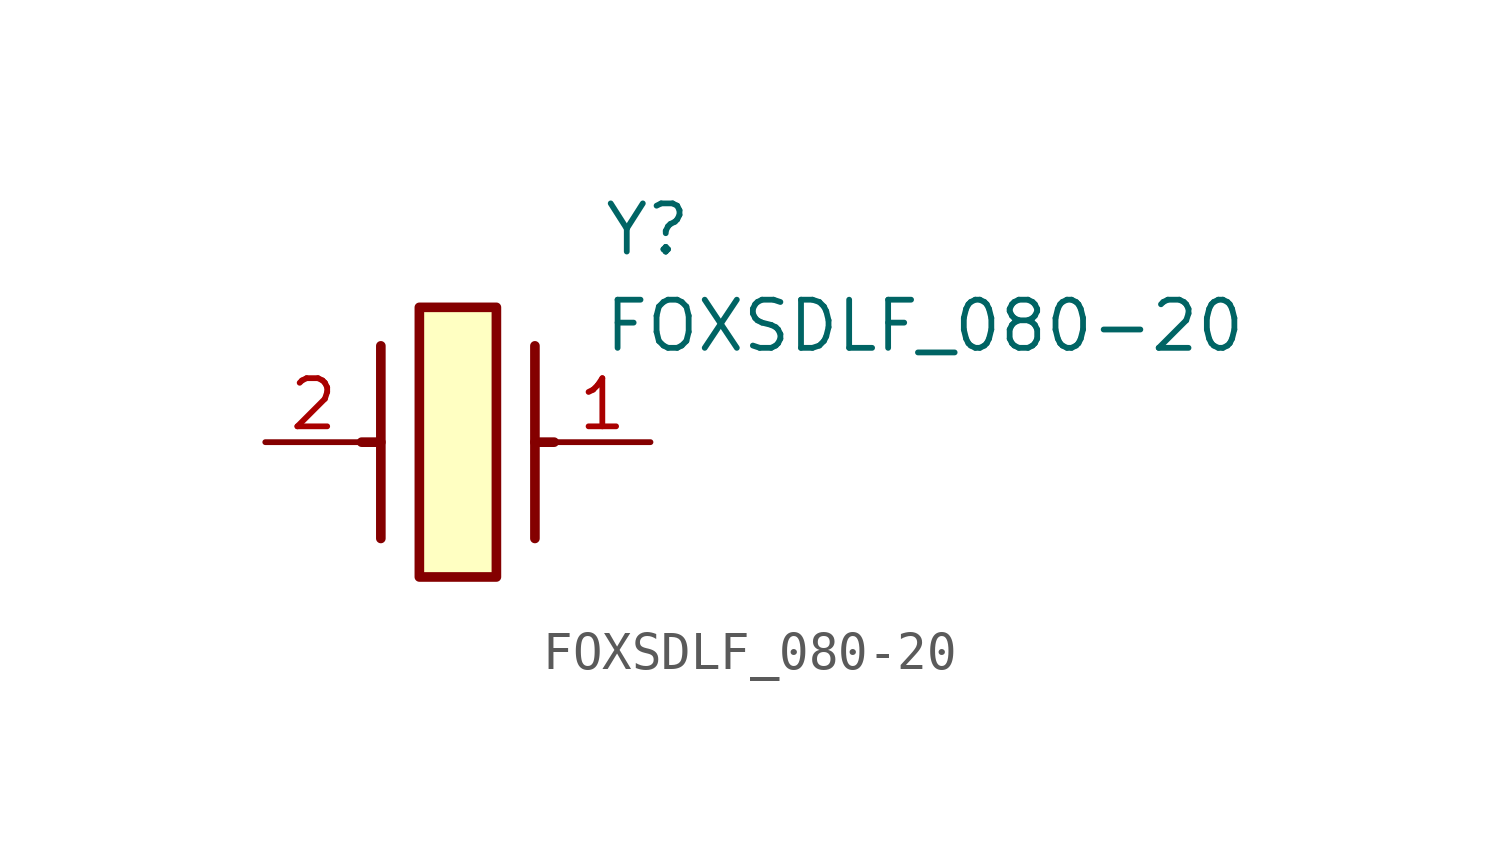
<source format=kicad_sym>
(kicad_symbol_lib
  (version 20220914)
  (generator kicad_symbol_editor)
  (symbol "FOXSDLF_080-20"
    (pin_names hide)
    (property "Reference" "Y"
      (at 8.89 6.35 0)
      (effects (font (size 1.27 1.27)) (justify left top)))
    (property "Value" "FOXSDLF_080-20"
      (at 8.89 3.81 0)
      (effects (font (size 1.27 1.27)) (justify left top)))
    (symbol "FOXSDLF_080-20_1_1"
      (polyline (pts (xy 3.048 0) (xy 2.54 0)) (stroke (width 0.254) (type default)) (fill (type none)))
      (polyline (pts (xy 3.048 2.54) (xy 3.048 -2.54)) (stroke (width 0.254) (type default)) (fill (type none)))
      (polyline (pts (xy 7.112 0) (xy 7.62 0)) (stroke (width 0.254) (type default)) (fill (type none)))
      (polyline (pts (xy 7.112 2.54) (xy 7.112 -2.54)) (stroke (width 0.254) (type default)) (fill (type none)))
      (rectangle (start 4.064 3.556) (end 6.096 -3.556) (stroke (width 0.254) (type default)) (fill (type background)))
      (pin passive line (at 10.16 0 180) (length 2.54) (name "" (effects (font (size 1.27 1.27)))) (number "1" (effects (font (size 1.27 1.27)))))
      (pin passive line (at 0 0 0) (length 2.54) (name "CRYSTAL_2" (effects (font (size 1.27 1.27)))) (number "2" (effects (font (size 1.27 1.27))))))))
</source>
